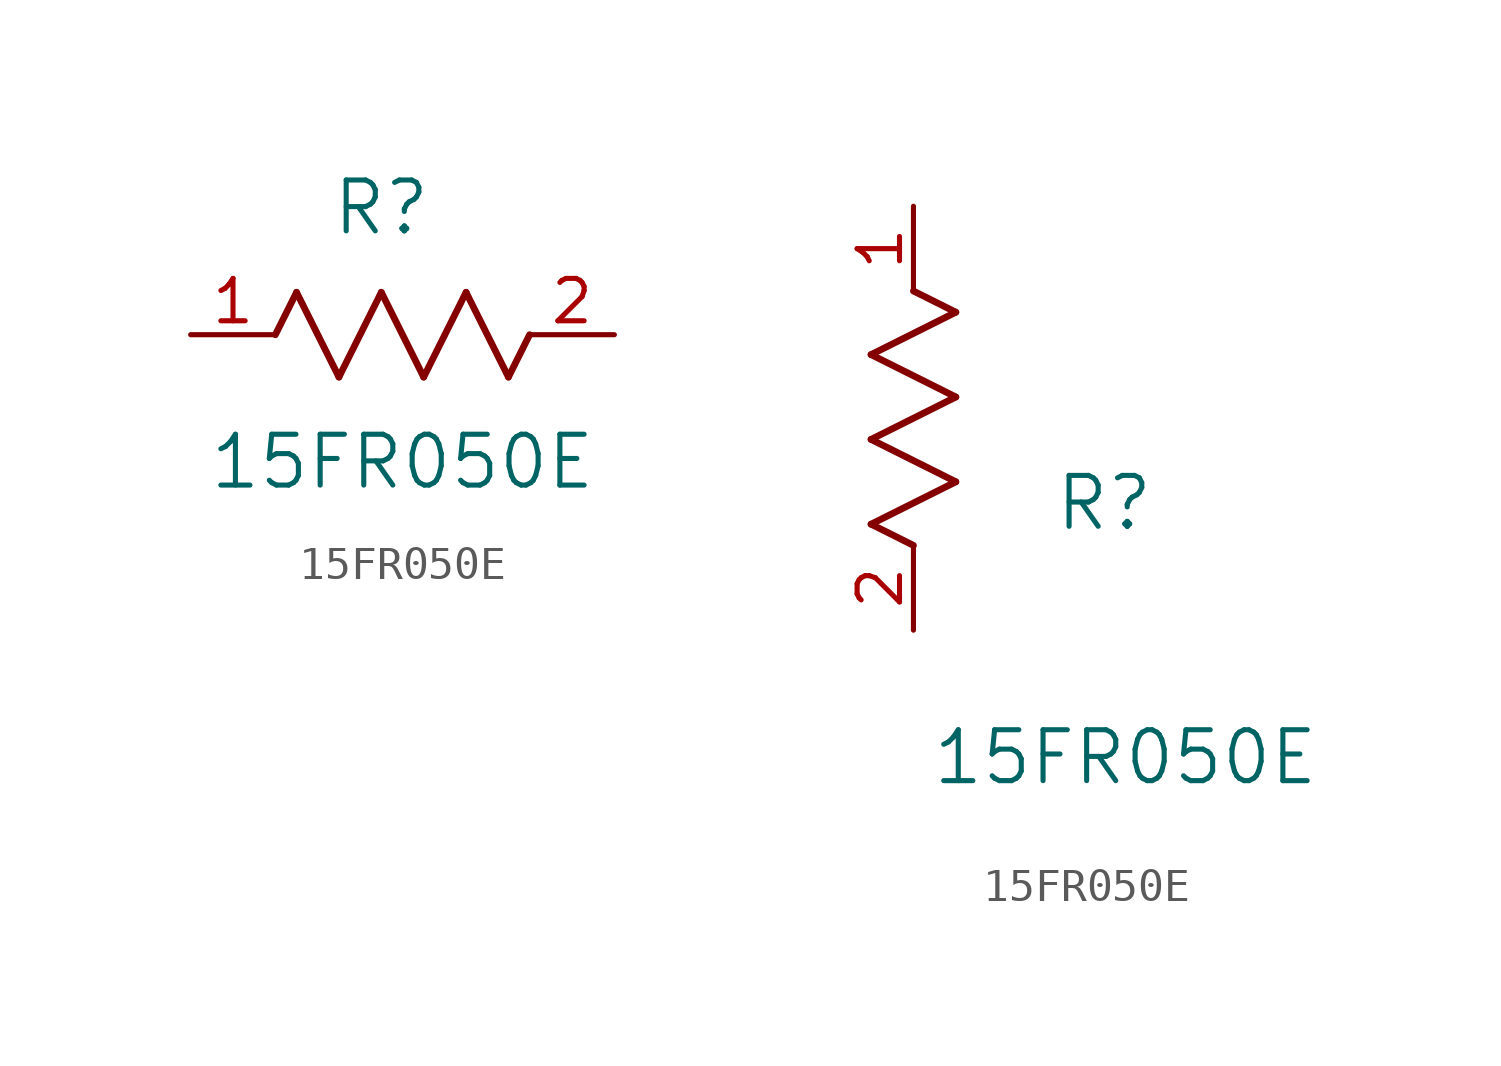
<source format=kicad_sym>
(kicad_symbol_lib
  (version 20211014)
  (generator kicad_symbol_editor)
  (symbol "15FR050E"
    (pin_names
      (offset 0.254))
    (property "Reference" "R"
      (at 5.715 3.81 0)
      (effects (font (size 1.524 1.524))))
    (property "Value" "15FR050E"
      (at 6.35 -3.81 0)
      (effects (font (size 1.524 1.524))))
    (symbol "15FR050E_1_1"
      (polyline (pts (xy 3.175 1.27) (xy 4.445 -1.27)) (stroke (width 0.203) (type default) (color 0 0 0 0)) (fill (type none)))
      (polyline (pts (xy 4.445 -1.27) (xy 5.715 1.27)) (stroke (width 0.203) (type default) (color 0 0 0 0)) (fill (type none)))
      (polyline (pts (xy 5.715 1.27) (xy 6.985 -1.27)) (stroke (width 0.203) (type default) (color 0 0 0 0)) (fill (type none)))
      (polyline (pts (xy 6.985 -1.27) (xy 8.255 1.27)) (stroke (width 0.203) (type default) (color 0 0 0 0)) (fill (type none)))
      (polyline (pts (xy 8.255 1.27) (xy 9.525 -1.27)) (stroke (width 0.203) (type default) (color 0 0 0 0)) (fill (type none)))
      (polyline (pts (xy 2.54 0) (xy 3.175 1.27)) (stroke (width 0.203) (type default) (color 0 0 0 0)) (fill (type none)))
      (polyline (pts (xy 9.525 -1.27) (xy 10.16 0)) (stroke (width 0.203) (type default) (color 0 0 0 0)) (fill (type none)))
      (pin unspecified line (at 0 0 0) (length 2.54) (name "" (effects (font (size 1.27 1.27)))) (number "1" (effects (font (size 1.27 1.27)))))
      (pin unspecified line (at 12.7 0 180) (length 2.54) (name "" (effects (font (size 1.27 1.27)))) (number "2" (effects (font (size 1.27 1.27))))))
    (symbol "15FR050E_1_2"
      (polyline (pts (xy 0 2.54) (xy -1.27 3.175)) (stroke (width 0.203) (type default) (color 0 0 0 0)) (fill (type none)))
      (polyline (pts (xy -1.27 3.175) (xy 1.27 4.445)) (stroke (width 0.203) (type default) (color 0 0 0 0)) (fill (type none)))
      (polyline (pts (xy 1.27 4.445) (xy -1.27 5.715)) (stroke (width 0.203) (type default) (color 0 0 0 0)) (fill (type none)))
      (polyline (pts (xy -1.27 5.715) (xy 1.27 6.985)) (stroke (width 0.203) (type default) (color 0 0 0 0)) (fill (type none)))
      (polyline (pts (xy -1.27 8.255) (xy 1.27 9.525)) (stroke (width 0.203) (type default) (color 0 0 0 0)) (fill (type none)))
      (polyline (pts (xy 1.27 9.525) (xy 0 10.16)) (stroke (width 0.203) (type default) (color 0 0 0 0)) (fill (type none)))
      (polyline (pts (xy 1.27 6.985) (xy -1.27 8.255)) (stroke (width 0.203) (type default) (color 0 0 0 0)) (fill (type none)))
      (pin unspecified line (at 0 12.7 270) (length 2.54) (name "" (effects (font (size 1.27 1.27)))) (number "1" (effects (font (size 1.27 1.27)))))
      (pin unspecified line (at 0 0 90) (length 2.54) (name "" (effects (font (size 1.27 1.27)))) (number "2" (effects (font (size 1.27 1.27))))))))
</source>
